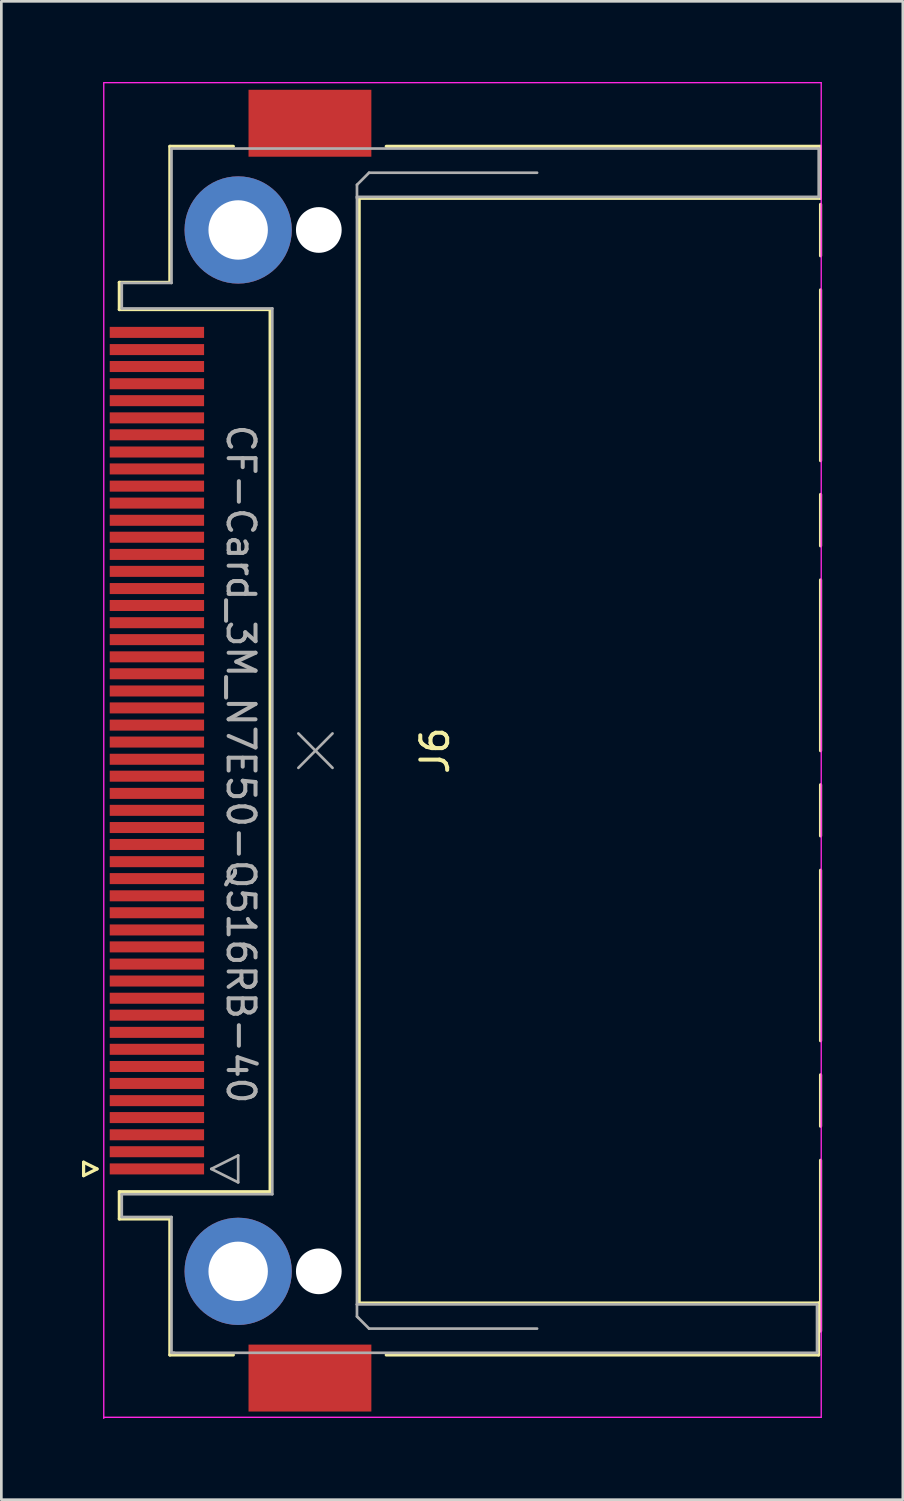
<source format=kicad_pcb>
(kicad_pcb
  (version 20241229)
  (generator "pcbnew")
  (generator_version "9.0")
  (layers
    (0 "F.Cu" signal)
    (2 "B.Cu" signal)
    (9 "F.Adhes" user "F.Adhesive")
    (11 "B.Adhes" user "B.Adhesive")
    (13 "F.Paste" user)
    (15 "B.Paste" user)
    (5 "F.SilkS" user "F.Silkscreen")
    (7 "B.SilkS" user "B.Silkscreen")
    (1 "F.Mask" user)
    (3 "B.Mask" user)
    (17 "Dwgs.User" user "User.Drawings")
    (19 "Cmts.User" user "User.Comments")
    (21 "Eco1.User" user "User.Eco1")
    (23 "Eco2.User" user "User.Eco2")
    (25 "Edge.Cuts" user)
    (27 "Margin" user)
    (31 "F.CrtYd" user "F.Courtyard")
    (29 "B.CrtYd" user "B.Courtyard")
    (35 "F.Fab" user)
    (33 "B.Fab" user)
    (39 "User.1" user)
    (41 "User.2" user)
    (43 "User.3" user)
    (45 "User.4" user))
  (footprint "CF-Card_3M_N7E50-Q516RB-40"
    (layer "F.Cu")
    (at 5.91 24.875)
    (property "Reference" "CF-Card_3M_N7E50-Q516RB-40" (at 0 0.5 270) (unlocked yes) (layer "F.Fab") (effects (font (size 1 1) (thickness 0.15))))
    (attr through_hole)
    (fp_line (start -5.85 15.31) (end -5.35 15.56) (stroke (width 0.12) (type solid)) (layer "F.SilkS"))
    (fp_line (start -5.85 15.81) (end -5.85 15.31) (stroke (width 0.12) (type solid)) (layer "F.SilkS"))
    (fp_line (start -5.35 15.56) (end -5.85 15.81) (stroke (width 0.12) (type solid)) (layer "F.SilkS"))
    (fp_line (start -4.52 -17.42) (end -2.64 -17.42) (stroke (width 0.12) (type solid)) (layer "F.SilkS"))
    (fp_line (start -4.52 -16.41) (end -4.52 -17.42) (stroke (width 0.12) (type solid)) (layer "F.SilkS"))
    (fp_line (start -4.52 16.41) (end 1.09 16.41) (stroke (width 0.12) (type solid)) (layer "F.SilkS"))
    (fp_line (start -4.52 17.42) (end -4.52 16.41) (stroke (width 0.12) (type solid)) (layer "F.SilkS"))
    (fp_line (start -2.64 -22.48) (end -0.28 -22.48) (stroke (width 0.12) (type solid)) (layer "F.SilkS"))
    (fp_line (start -2.64 -17.42) (end -2.64 -22.48) (stroke (width 0.12) (type solid)) (layer "F.SilkS"))
    (fp_line (start -2.64 17.42) (end -4.52 17.42) (stroke (width 0.12) (type solid)) (layer "F.SilkS"))
    (fp_line (start -2.64 22.48) (end -2.64 17.42) (stroke (width 0.12) (type solid)) (layer "F.SilkS"))
    (fp_line (start -0.28 22.48) (end -2.64 22.48) (stroke (width 0.12) (type solid)) (layer "F.SilkS"))
    (fp_line (start 1.09 -16.41) (end -4.52 -16.41) (stroke (width 0.12) (type solid)) (layer "F.SilkS"))
    (fp_line (start 1.09 16.41) (end 1.09 -16.41) (stroke (width 0.12) (type solid)) (layer "F.SilkS"))
    (fp_line (start 4.4 -20.55) (end 21.558 -20.55) (stroke (width 0.12) (type solid)) (layer "F.SilkS"))
    (fp_line (start 4.4 20.55) (end 4.4 -20.55) (stroke (width 0.12) (type solid)) (layer "F.SilkS"))
    (fp_line (start 5.41 22.48) (end 21.494 22.48) (stroke (width 0.12) (type solid)) (layer "F.SilkS"))
    (fp_line (start 21.494 20.55) (end 4.4 20.55) (stroke (width 0.12) (type solid)) (layer "F.SilkS"))
    (fp_line (start 21.494 22.48) (end 21.494 20.55) (stroke (width 0.12) (type solid)) (layer "F.SilkS"))
    (fp_line (start 21.558 -22.48) (end 5.41 -22.48) (stroke (width 0.12) (type solid)) (layer "F.SilkS"))
    (fp_line (start 21.558 -20.55) (end 21.558 -22.48) (stroke (width 0.12) (type solid)) (layer "F.SilkS"))
    (fp_line (start 21.566 -18.41) (end 21.566 -20.32) (stroke (width 0.12) (type solid)) (layer "F.SilkS"))
    (fp_line (start 21.566 -10.79) (end 21.566 -17.14) (stroke (width 0.12) (type solid)) (layer "F.SilkS"))
    (fp_line (start 21.566 -7.62) (end 21.566 -9.53) (stroke (width 0.12) (type solid)) (layer "F.SilkS"))
    (fp_line (start 21.566 0) (end 21.566 -6.35) (stroke (width 0.12) (type solid)) (layer "F.SilkS"))
    (fp_line (start 21.566 3.17) (end 21.566 1.27) (stroke (width 0.12) (type solid)) (layer "F.SilkS"))
    (fp_line (start 21.566 10.79) (end 21.566 4.45) (stroke (width 0.12) (type solid)) (layer "F.SilkS"))
    (fp_line (start 21.566 13.97) (end 21.566 12.06) (stroke (width 0.12) (type solid)) (layer "F.SilkS"))
    (fp_line (start 21.566 21.59) (end 21.566 15.24) (stroke (width 0.12) (type solid)) (layer "F.SilkS"))
    (fp_line (start -5.1 -24.85) (end 21.59 -24.85) (stroke (width 0.05) (type solid)) (layer "F.CrtYd"))
    (fp_line (start -5.1 24.8) (end 21.59 24.8) (stroke (width 0.05) (type solid)) (layer "F.CrtYd"))
    (fp_line (start -5.1 24.84) (end -5.1 -24.84) (stroke (width 0.05) (type solid)) (layer "F.CrtYd"))
    (fp_line (start 21.59 24.8) (end 21.59 -24.85) (stroke (width 0.05) (type solid)) (layer "F.CrtYd"))
    (fp_line (start -4.43 -17.4) (end -4.43 -16.45) (stroke (width 0.1) (type solid)) (layer "F.Fab"))
    (fp_line (start -4.43 -16.45) (end 1.17 -16.45) (stroke (width 0.1) (type solid)) (layer "F.Fab"))
    (fp_line (start -4.43 16.5) (end -4.43 17.35) (stroke (width 0.1) (type solid)) (layer "F.Fab"))
    (fp_line (start -4.43 17.35) (end -2.58 17.35) (stroke (width 0.1) (type solid)) (layer "F.Fab"))
    (fp_line (start -2.58 -22.4) (end -2.58 -17.4) (stroke (width 0.1) (type solid)) (layer "F.Fab"))
    (fp_line (start -2.58 -17.4) (end -4.43 -17.4) (stroke (width 0.1) (type solid)) (layer "F.Fab"))
    (fp_line (start -2.58 17.35) (end -2.58 22.4) (stroke (width 0.1) (type solid)) (layer "F.Fab"))
    (fp_line (start -2.58 22.4) (end -2.48 22.4) (stroke (width 0.1) (type solid)) (layer "F.Fab"))
    (fp_line (start -2.53 22.4) (end 21.434 22.4) (stroke (width 0.1) (type solid)) (layer "F.Fab"))
    (fp_line (start -1.1 15.56) (end -0.1 15.06) (stroke (width 0.1) (type solid)) (layer "F.Fab"))
    (fp_line (start -0.1 15.06) (end -0.1 16.06) (stroke (width 0.1) (type solid)) (layer "F.Fab"))
    (fp_line (start -0.1 16.06) (end -1.1 15.56) (stroke (width 0.1) (type solid)) (layer "F.Fab"))
    (fp_line (start 1.17 -16.45) (end 1.17 16.5) (stroke (width 0.1) (type solid)) (layer "F.Fab"))
    (fp_line (start 1.17 16.5) (end -4.43 16.5) (stroke (width 0.1) (type solid)) (layer "F.Fab"))
    (fp_line (start 2.14 -0.64) (end 3.41 0.64) (stroke (width 0.1) (type solid)) (layer "F.Fab"))
    (fp_line (start 2.14 0.64) (end 3.41 -0.64) (stroke (width 0.1) (type solid)) (layer "F.Fab"))
    (fp_line (start 4.32 -21.05) (end 4.32 -20.55) (stroke (width 0.1) (type solid)) (layer "F.Fab"))
    (fp_line (start 4.32 -20.6) (end 21.497 -20.6) (stroke (width 0.1) (type solid)) (layer "F.Fab"))
    (fp_line (start 4.32 20.6) (end 4.32 -20.6) (stroke (width 0.1) (type solid)) (layer "F.Fab"))
    (fp_line (start 4.32 21.05) (end 4.32 20.6) (stroke (width 0.1) (type solid)) (layer "F.Fab"))
    (fp_line (start 4.37 21.1) (end 4.32 21.05) (stroke (width 0.1) (type solid)) (layer "F.Fab"))
    (fp_line (start 4.77 -21.5) (end 4.32 -21.05) (stroke (width 0.1) (type solid)) (layer "F.Fab"))
    (fp_line (start 4.77 21.5) (end 4.37 21.1) (stroke (width 0.1) (type solid)) (layer "F.Fab"))
    (fp_line (start 11.02 -21.5) (end 4.77 -21.5) (stroke (width 0.1) (type solid)) (layer "F.Fab"))
    (fp_line (start 11.02 21.5) (end 4.77 21.5) (stroke (width 0.1) (type solid)) (layer "F.Fab"))
    (fp_line (start 21.434 20.6) (end 4.32 20.6) (stroke (width 0.1) (type solid)) (layer "F.Fab"))
    (fp_line (start 21.434 22.4) (end 21.434 20.6) (stroke (width 0.1) (type solid)) (layer "F.Fab"))
    (fp_line (start 21.497 -22.4) (end -2.58 -22.4) (stroke (width 0.1) (type solid)) (layer "F.Fab"))
    (fp_line (start 21.497 -20.6) (end 21.497 -22.4) (stroke (width 0.1) (type solid)) (layer "F.Fab"))
    (fp_text user "J6" (at 7.22 0 270) (layer "F.SilkS") (effects (font (size 1 1) (thickness 0.15))))
    (pad "" thru_hole circle (at -0.1 -19.37 90) (size 3.99 3.99) (drill 2.21) (layers "*.Cu" "*.Mask"))
    (pad "" thru_hole circle (at -0.1 19.37 90) (size 3.99 3.99) (drill 2.21) (layers "*.Cu" "*.Mask"))
    (pad "" smd rect (at 2.57 -23.34 90) (size 2.49 4.57) (layers "F.Cu" "F.Mask" "F.Paste"))
    (pad "" smd rect (at 2.57 23.34 90) (size 2.49 4.57) (layers "F.Cu" "F.Mask" "F.Paste"))
    (pad "" np_thru_hole circle (at 2.9 -19.37 90) (size 1.7 1.7) (drill 1.7) (layers "*.Cu" "*.Mask"))
    (pad "" np_thru_hole circle (at 2.9 19.37 90) (size 1.7 1.7) (drill 1.7) (layers "*.Cu" "*.Mask"))
    (pad "1" smd rect (at -3.123 15.56 270) (size 0.41 3.51) (layers "F.Cu" "F.Mask" "F.Paste"))
    (pad "2" smd rect (at -3.123 14.29 270) (size 0.41 3.51) (layers "F.Cu" "F.Mask" "F.Paste"))
    (pad "3" smd rect (at -3.123 13.02 270) (size 0.41 3.51) (layers "F.Cu" "F.Mask" "F.Paste"))
    (pad "4" smd rect (at -3.123 11.75 270) (size 0.41 3.51) (layers "F.Cu" "F.Mask" "F.Paste"))
    (pad "5" smd rect (at -3.123 10.48 270) (size 0.41 3.51) (layers "F.Cu" "F.Mask" "F.Paste"))
    (pad "6" smd rect (at -3.123 9.21 270) (size 0.41 3.51) (layers "F.Cu" "F.Mask" "F.Paste"))
    (pad "7" smd rect (at -3.123 7.94 270) (size 0.41 3.51) (layers "F.Cu" "F.Mask" "F.Paste"))
    (pad "8" smd rect (at -3.123 6.67 270) (size 0.41 3.51) (layers "F.Cu" "F.Mask" "F.Paste"))
    (pad "9" smd rect (at -3.123 5.4 270) (size 0.41 3.51) (layers "F.Cu" "F.Mask" "F.Paste"))
    (pad "10" smd rect (at -3.123 4.13 270) (size 0.41 3.51) (layers "F.Cu" "F.Mask" "F.Paste"))
    (pad "11" smd rect (at -3.123 2.86 270) (size 0.41 3.51) (layers "F.Cu" "F.Mask" "F.Paste"))
    (pad "12" smd rect (at -3.123 1.59 270) (size 0.41 3.51) (layers "F.Cu" "F.Mask" "F.Paste"))
    (pad "13" smd rect (at -3.123 0.32 270) (size 0.41 3.51) (layers "F.Cu" "F.Mask" "F.Paste"))
    (pad "14" smd rect (at -3.123 -0.95 270) (size 0.41 3.51) (layers "F.Cu" "F.Mask" "F.Paste"))
    (pad "15" smd rect (at -3.123 -2.22 270) (size 0.41 3.51) (layers "F.Cu" "F.Mask" "F.Paste"))
    (pad "16" smd rect (at -3.123 -3.49 270) (size 0.41 3.51) (layers "F.Cu" "F.Mask" "F.Paste"))
    (pad "17" smd rect (at -3.123 -4.76 270) (size 0.41 3.51) (layers "F.Cu" "F.Mask" "F.Paste"))
    (pad "18" smd rect (at -3.123 -6.03 270) (size 0.41 3.51) (layers "F.Cu" "F.Mask" "F.Paste"))
    (pad "19" smd rect (at -3.123 -7.3 270) (size 0.41 3.51) (layers "F.Cu" "F.Mask" "F.Paste"))
    (pad "20" smd rect (at -3.123 -8.57 270) (size 0.41 3.51) (layers "F.Cu" "F.Mask" "F.Paste"))
    (pad "21" smd rect (at -3.123 -9.84 270) (size 0.41 3.51) (layers "F.Cu" "F.Mask" "F.Paste"))
    (pad "22" smd rect (at -3.123 -11.11 270) (size 0.41 3.51) (layers "F.Cu" "F.Mask" "F.Paste"))
    (pad "23" smd rect (at -3.123 -12.38 270) (size 0.41 3.51) (layers "F.Cu" "F.Mask" "F.Paste"))
    (pad "24" smd rect (at -3.123 -13.65 270) (size 0.41 3.51) (layers "F.Cu" "F.Mask" "F.Paste"))
    (pad "25" smd rect (at -3.123 -14.92 270) (size 0.41 3.51) (layers "F.Cu" "F.Mask" "F.Paste"))
    (pad "26" smd rect (at -3.123 14.92 270) (size 0.41 3.51) (layers "F.Cu" "F.Mask" "F.Paste"))
    (pad "27" smd rect (at -3.123 13.65 270) (size 0.41 3.51) (layers "F.Cu" "F.Mask" "F.Paste"))
    (pad "28" smd rect (at -3.123 12.38 270) (size 0.41 3.51) (layers "F.Cu" "F.Mask" "F.Paste"))
    (pad "29" smd rect (at -3.123 11.11 270) (size 0.41 3.51) (layers "F.Cu" "F.Mask" "F.Paste"))
    (pad "30" smd rect (at -3.123 9.84 270) (size 0.41 3.51) (layers "F.Cu" "F.Mask" "F.Paste"))
    (pad "31" smd rect (at -3.123 8.57 270) (size 0.41 3.51) (layers "F.Cu" "F.Mask" "F.Paste"))
    (pad "32" smd rect (at -3.123 7.3 270) (size 0.41 3.51) (layers "F.Cu" "F.Mask" "F.Paste"))
    (pad "33" smd rect (at -3.123 6.03 270) (size 0.41 3.51) (layers "F.Cu" "F.Mask" "F.Paste"))
    (pad "34" smd rect (at -3.123 4.76 270) (size 0.41 3.51) (layers "F.Cu" "F.Mask" "F.Paste"))
    (pad "35" smd rect (at -3.123 3.49 270) (size 0.41 3.51) (layers "F.Cu" "F.Mask" "F.Paste"))
    (pad "36" smd rect (at -3.123 2.22 270) (size 0.41 3.51) (layers "F.Cu" "F.Mask" "F.Paste"))
    (pad "37" smd rect (at -3.123 0.95 270) (size 0.41 3.51) (layers "F.Cu" "F.Mask" "F.Paste"))
    (pad "38" smd rect (at -3.123 -0.32 270) (size 0.41 3.51) (layers "F.Cu" "F.Mask" "F.Paste"))
    (pad "39" smd rect (at -3.123 -1.59 270) (size 0.41 3.51) (layers "F.Cu" "F.Mask" "F.Paste"))
    (pad "40" smd rect (at -3.123 -2.86 270) (size 0.41 3.51) (layers "F.Cu" "F.Mask" "F.Paste"))
    (pad "41" smd rect (at -3.123 -4.13 270) (size 0.41 3.51) (layers "F.Cu" "F.Mask" "F.Paste"))
    (pad "42" smd rect (at -3.123 -5.4 270) (size 0.41 3.51) (layers "F.Cu" "F.Mask" "F.Paste"))
    (pad "43" smd rect (at -3.123 -6.67 270) (size 0.41 3.51) (layers "F.Cu" "F.Mask" "F.Paste"))
    (pad "44" smd rect (at -3.123 -7.94 270) (size 0.41 3.51) (layers "F.Cu" "F.Mask" "F.Paste"))
    (pad "45" smd rect (at -3.123 -9.21 270) (size 0.41 3.51) (layers "F.Cu" "F.Mask" "F.Paste"))
    (pad "46" smd rect (at -3.123 -10.48 270) (size 0.41 3.51) (layers "F.Cu" "F.Mask" "F.Paste"))
    (pad "47" smd rect (at -3.123 -11.75 270) (size 0.41 3.51) (layers "F.Cu" "F.Mask" "F.Paste"))
    (pad "48" smd rect (at -3.123 -13.02 270) (size 0.41 3.51) (layers "F.Cu" "F.Mask" "F.Paste"))
    (pad "49" smd rect (at -3.123 -14.29 270) (size 0.41 3.51) (layers "F.Cu" "F.Mask" "F.Paste"))
    (pad "50" smd rect (at -3.123 -15.56 270) (size 0.41 3.51) (layers "F.Cu" "F.Mask" "F.Paste")))
  (gr_rect
    (start -3 -3)
    (end 30.536 52.74)
    (stroke (width 0.1) (type default))
    (fill no)
    (layer "Edge.Cuts")))
</source>
